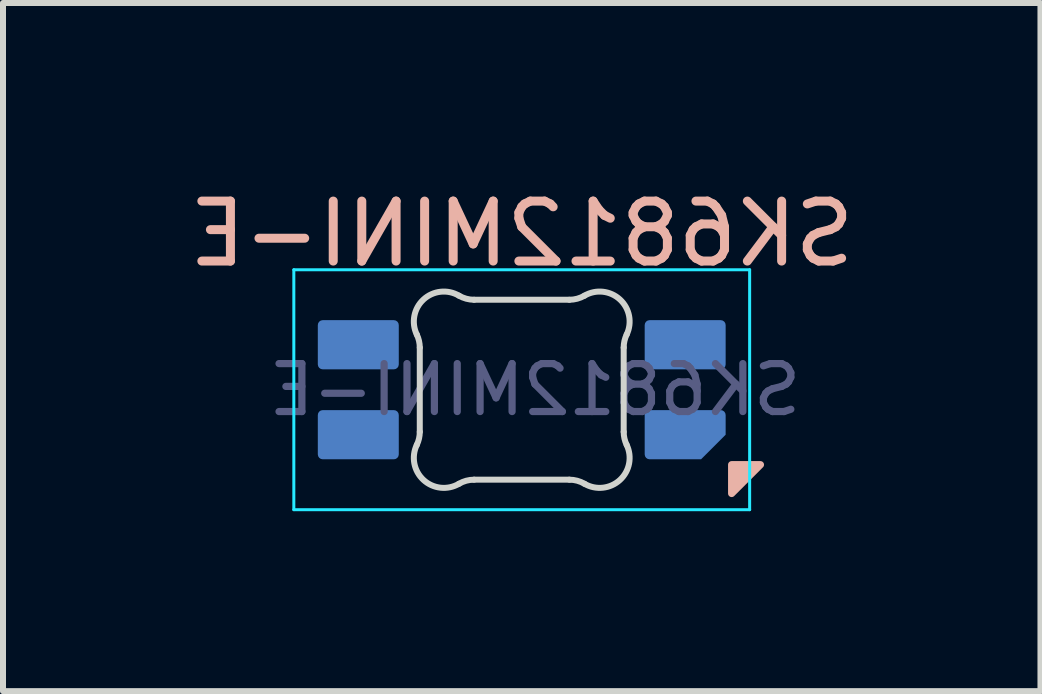
<source format=kicad_pcb>
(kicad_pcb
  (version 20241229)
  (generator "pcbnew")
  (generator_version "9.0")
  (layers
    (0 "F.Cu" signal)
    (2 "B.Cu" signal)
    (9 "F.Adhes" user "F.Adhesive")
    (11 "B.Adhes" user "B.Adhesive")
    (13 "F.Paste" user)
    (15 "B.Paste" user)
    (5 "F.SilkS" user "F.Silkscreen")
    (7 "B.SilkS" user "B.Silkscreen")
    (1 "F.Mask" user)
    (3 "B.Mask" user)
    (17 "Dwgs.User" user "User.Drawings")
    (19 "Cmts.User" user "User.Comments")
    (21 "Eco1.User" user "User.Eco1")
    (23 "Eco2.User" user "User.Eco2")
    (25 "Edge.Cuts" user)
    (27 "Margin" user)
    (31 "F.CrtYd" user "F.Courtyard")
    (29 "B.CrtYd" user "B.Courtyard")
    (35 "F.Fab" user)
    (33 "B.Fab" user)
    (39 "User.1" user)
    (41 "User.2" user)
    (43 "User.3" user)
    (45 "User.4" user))
  (footprint "SK6812MINI-E"
    (layer "F.Cu")
    (at 5.869 3.448)
    (property "Reference" "SK6812MINI-E" (at -0.22 -2.6 0) (layer "B.SilkS") (effects (font (size 1 1) (thickness 0.15)) (justify mirror)))
    (attr smd)
    (fp_poly (pts (xy 3.28 1.25) (xy 3.28 1.73) (xy 3.76 1.25) (xy 3.28 1.25)) (stroke (width 0.12) (type solid)) (fill yes) (layer "B.SilkS"))
    (fp_line (start -1.92 -0.703) (end -1.92 0.703) (stroke (width 0.1) (type solid)) (layer "Edge.Cuts"))
    (fp_line (start -1.014 1.5) (end 0.574 1.5) (stroke (width 0.1) (type solid)) (layer "Edge.Cuts"))
    (fp_line (start 0.574 -1.5) (end -1.014 -1.5) (stroke (width 0.1) (type solid)) (layer "Edge.Cuts"))
    (fp_line (start 1.48 0.703) (end 1.48 -0.703) (stroke (width 0.1) (type solid)) (layer "Edge.Cuts"))
    (fp_arc (start -1.969484 -0.919721) (mid -1.932527 -0.814069) (end -1.919999 -0.702844) (stroke (width 0.1) (type solid)) (layer "Edge.Cuts"))
    (fp_arc (start -1.969484 -0.919721) (mid -1.858071 -1.504036) (end -1.266711 -1.568299) (stroke (width 0.1) (type solid)) (layer "Edge.Cuts"))
    (fp_arc (start -1.919999 0.702841) (mid -1.932527 0.814067) (end -1.969484 0.919719) (stroke (width 0.1) (type solid)) (layer "Edge.Cuts"))
    (fp_arc (start -1.266711 1.568298) (mid -1.858072 1.504034) (end -1.969484 0.919718) (stroke (width 0.1) (type solid)) (layer "Edge.Cuts"))
    (fp_arc (start -1.266711 1.568298) (mid -1.145123 1.517376) (end -1.014452 1.499999) (stroke (width 0.1) (type solid)) (layer "Edge.Cuts"))
    (fp_arc (start -1.014453 -1.5) (mid -1.145123 -1.517377) (end -1.266711 -1.568299) (stroke (width 0.1) (type solid)) (layer "Edge.Cuts"))
    (fp_arc (start 0.574452 1.499999) (mid 0.705122 1.517376) (end 0.82671 1.568298) (stroke (width 0.1) (type solid)) (layer "Edge.Cuts"))
    (fp_arc (start 0.826711 -1.5683) (mid 0.705123 -1.517378) (end 0.574453 -1.500001) (stroke (width 0.1) (type solid)) (layer "Edge.Cuts"))
    (fp_arc (start 0.826711 -1.5683) (mid 1.418072 -1.504036) (end 1.529484 -0.919721) (stroke (width 0.1) (type solid)) (layer "Edge.Cuts"))
    (fp_arc (start 1.479999 -0.702843) (mid 1.492528 -0.814069) (end 1.529484 -0.919721) (stroke (width 0.1) (type solid)) (layer "Edge.Cuts"))
    (fp_arc (start 1.529484 0.919719) (mid 1.41807 1.504033) (end 0.826711 1.568296) (stroke (width 0.1) (type solid)) (layer "Edge.Cuts"))
    (fp_arc (start 1.529484 0.919719) (mid 1.492519 0.814068) (end 1.479999 0.702842) (stroke (width 0.1) (type solid)) (layer "Edge.Cuts"))
    (fp_line (start -4.02 -2) (end 3.58 -2) (stroke (width 0.05) (type solid)) (layer "B.CrtYd"))
    (fp_line (start -4.02 2) (end -4.02 -2) (stroke (width 0.05) (type solid)) (layer "B.CrtYd"))
    (fp_line (start 3.58 -2) (end 3.58 2) (stroke (width 0.05) (type solid)) (layer "B.CrtYd"))
    (fp_line (start 3.58 2) (end -4.02 2) (stroke (width 0.05) (type solid)) (layer "B.CrtYd"))
    (fp_text user "${REFERENCE}" (at 0 0 0) (layer "B.Fab") (effects (font (size 0.8 0.8) (thickness 0.12)) (justify mirror)))
    (pad "1" smd roundrect (at -2.945 -0.75 90) (size 0.82 1.35) (layers "B.Cu" "B.Mask" "B.Paste") (roundrect_rratio 0.1))
    (pad "2" smd roundrect (at -2.945 0.75 90) (size 0.82 1.35) (layers "B.Cu" "B.Mask" "B.Paste") (roundrect_rratio 0.1))
    (pad "3" smd roundrect (at 2.505 0.75 90) (size 0.82 1.35) (layers "B.Cu" "B.Mask" "B.Paste") (roundrect_rratio 0.1) (chamfer_ratio 0.5) (chamfer bottom_left))
    (pad "4" smd roundrect (at 2.505 -0.75 90) (size 0.82 1.35) (layers "B.Cu" "B.Mask" "B.Paste") (roundrect_rratio 0.1)))
  (gr_rect
    (start -3 -3)
    (end 14.298 8.473)
    (stroke (width 0.1) (type default))
    (fill no)
    (layer "Edge.Cuts")))
</source>
